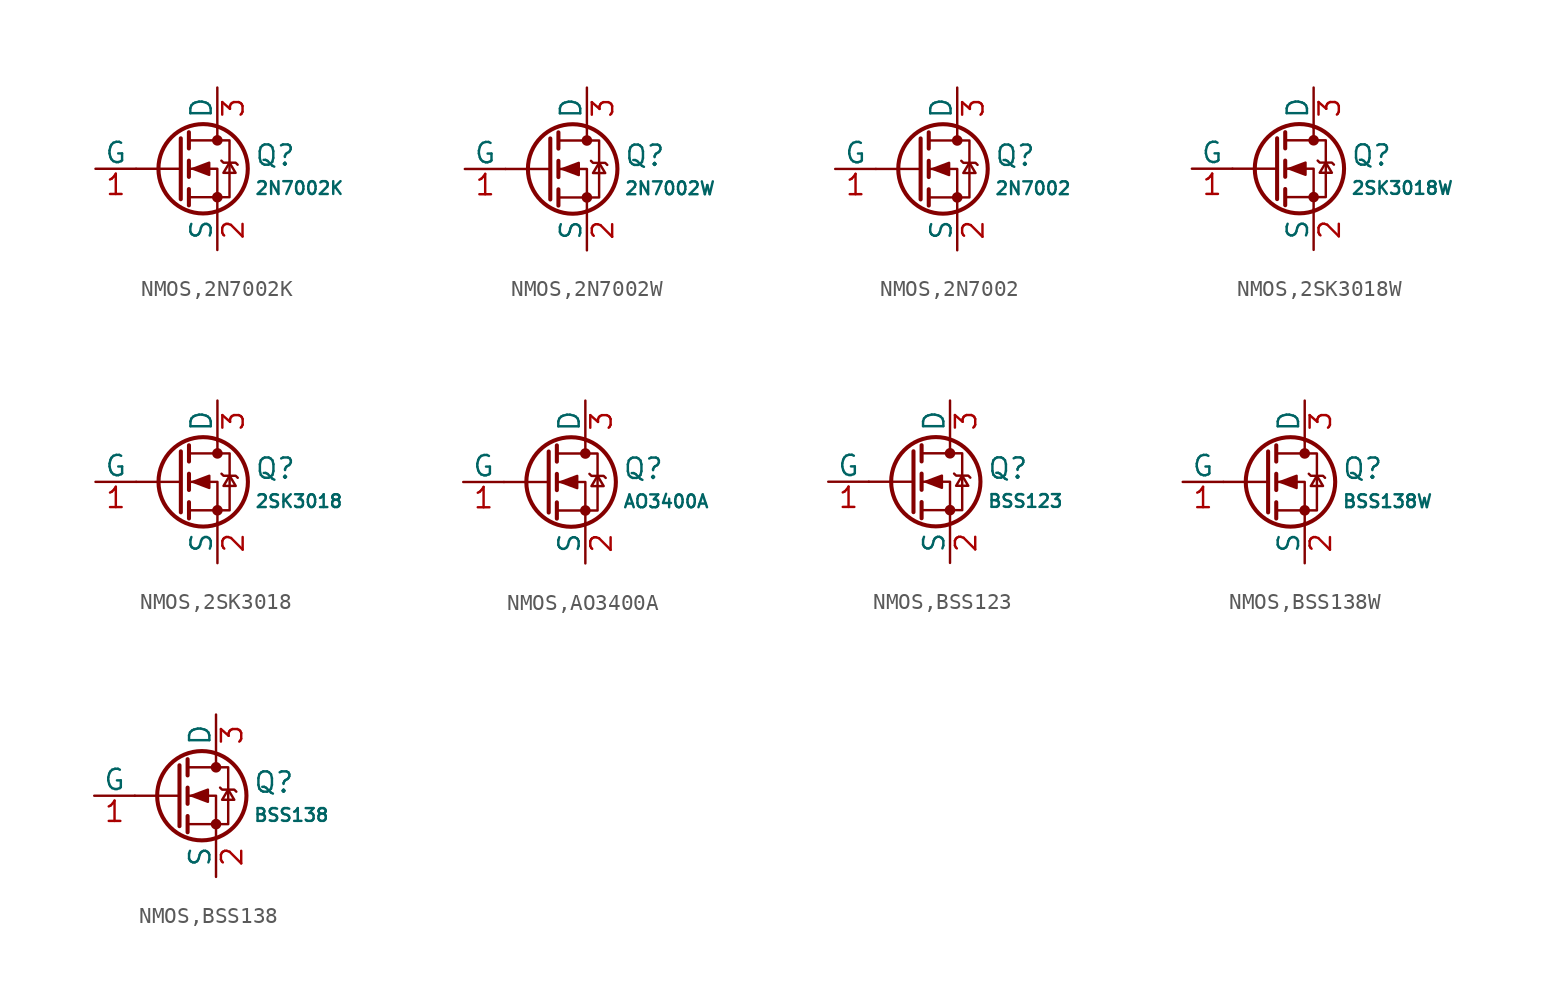
<source format=kicad_sym>
(kicad_symbol_lib
  (version 20231120)
  (generator "CDFER")
  (generator_version "8.0")
  (symbol "NMOS,2N7002K"
    (pin_names
      (offset 0))
    (property "Reference" "Q"
      (at 4.851 0.834 0)
      (effects (font (size 1.27 1.27)) (justify left)))
    (property "Value" "2N7002K"
      (at 4.851 -1.212 0)
      (effects (font (size 0.8 0.8)) (justify left)))
    (symbol "NMOS,2N7002K_0_1"
      (polyline (pts (xy 0.254 0) (xy -2.54 0)) (stroke (width 0) (type default)) (fill (type none)))
      (polyline (pts (xy 0.254 1.905) (xy 0.254 -1.905)) (stroke (width 0.254) (type default)) (fill (type none)))
      (polyline (pts (xy 0.762 -1.27) (xy 0.762 -2.286)) (stroke (width 0.254) (type default)) (fill (type none)))
      (polyline (pts (xy 0.762 0.508) (xy 0.762 -0.508)) (stroke (width 0.254) (type default)) (fill (type none)))
      (polyline (pts (xy 0.762 2.286) (xy 0.762 1.27)) (stroke (width 0.254) (type default)) (fill (type none)))
      (polyline (pts (xy 2.54 2.54) (xy 2.54 1.778)) (stroke (width 0) (type default)) (fill (type none)))
      (polyline (pts (xy 2.54 -2.54) (xy 2.54 0) (xy 0.762 0)) (stroke (width 0) (type default)) (fill (type none)))
      (polyline (pts (xy 0.762 -1.778) (xy 3.302 -1.778) (xy 3.302 1.778) (xy 0.762 1.778)) (stroke (width 0) (type default)) (fill (type none)))
      (polyline (pts (xy 1.016 0) (xy 2.032 0.381) (xy 2.032 -0.381) (xy 1.016 0)) (stroke (width 0) (type default)) (fill (type outline)))
      (polyline (pts (xy 2.794 0.508) (xy 2.921 0.381) (xy 3.683 0.381) (xy 3.81 0.254)) (stroke (width 0) (type default)) (fill (type none)))
      (polyline (pts (xy 3.302 0.381) (xy 2.921 -0.254) (xy 3.683 -0.254) (xy 3.302 0.381)) (stroke (width 0) (type default)) (fill (type none)))
      (circle (center 1.651 0) (radius 2.794) (stroke (width 0.254) (type default)) (fill (type none)))
      (circle (center 2.54 -1.778) (radius 0.254) (stroke (width 0) (type default)) (fill (type outline)))
      (circle (center 2.54 1.778) (radius 0.254) (stroke (width 0) (type default)) (fill (type outline))))
    (symbol "NMOS,2N7002K_1_1"
      (pin passive line (at 2.54 5.08 270) (length 2.54) (name "D" (effects (font (size 1.27 1.27)))) (number "3" (effects (font (size 1.27 1.27)))))
      (pin input line (at -5.08 0 0) (length 2.54) (name "G" (effects (font (size 1.27 1.27)))) (number "1" (effects (font (size 1.27 1.27)))))
      (pin passive line (at 2.54 -5.08 90) (length 2.54) (name "S" (effects (font (size 1.27 1.27)))) (number "2" (effects (font (size 1.27 1.27)))))))
  (symbol "NMOS,2N7002W"
    (pin_names
      (offset 0))
    (property "Reference" "Q"
      (at 4.851 0.834 0)
      (effects (font (size 1.27 1.27)) (justify left)))
    (property "Value" "2N7002W"
      (at 4.851 -1.212 0)
      (effects (font (size 0.8 0.8)) (justify left)))
    (symbol "NMOS,2N7002W_0_1"
      (polyline (pts (xy 0.254 0) (xy -2.54 0)) (stroke (width 0) (type default)) (fill (type none)))
      (polyline (pts (xy 0.254 1.905) (xy 0.254 -1.905)) (stroke (width 0.254) (type default)) (fill (type none)))
      (polyline (pts (xy 0.762 -1.27) (xy 0.762 -2.286)) (stroke (width 0.254) (type default)) (fill (type none)))
      (polyline (pts (xy 0.762 0.508) (xy 0.762 -0.508)) (stroke (width 0.254) (type default)) (fill (type none)))
      (polyline (pts (xy 0.762 2.286) (xy 0.762 1.27)) (stroke (width 0.254) (type default)) (fill (type none)))
      (polyline (pts (xy 2.54 2.54) (xy 2.54 1.778)) (stroke (width 0) (type default)) (fill (type none)))
      (polyline (pts (xy 2.54 -2.54) (xy 2.54 0) (xy 0.762 0)) (stroke (width 0) (type default)) (fill (type none)))
      (polyline (pts (xy 0.762 -1.778) (xy 3.302 -1.778) (xy 3.302 1.778) (xy 0.762 1.778)) (stroke (width 0) (type default)) (fill (type none)))
      (polyline (pts (xy 1.016 0) (xy 2.032 0.381) (xy 2.032 -0.381) (xy 1.016 0)) (stroke (width 0) (type default)) (fill (type outline)))
      (polyline (pts (xy 2.794 0.508) (xy 2.921 0.381) (xy 3.683 0.381) (xy 3.81 0.254)) (stroke (width 0) (type default)) (fill (type none)))
      (polyline (pts (xy 3.302 0.381) (xy 2.921 -0.254) (xy 3.683 -0.254) (xy 3.302 0.381)) (stroke (width 0) (type default)) (fill (type none)))
      (circle (center 1.651 0) (radius 2.794) (stroke (width 0.254) (type default)) (fill (type none)))
      (circle (center 2.54 -1.778) (radius 0.254) (stroke (width 0) (type default)) (fill (type outline)))
      (circle (center 2.54 1.778) (radius 0.254) (stroke (width 0) (type default)) (fill (type outline))))
    (symbol "NMOS,2N7002W_1_1"
      (pin passive line (at 2.54 5.08 270) (length 2.54) (name "D" (effects (font (size 1.27 1.27)))) (number "3" (effects (font (size 1.27 1.27)))))
      (pin input line (at -5.08 0 0) (length 2.54) (name "G" (effects (font (size 1.27 1.27)))) (number "1" (effects (font (size 1.27 1.27)))))
      (pin passive line (at 2.54 -5.08 90) (length 2.54) (name "S" (effects (font (size 1.27 1.27)))) (number "2" (effects (font (size 1.27 1.27)))))))
  (symbol "NMOS,2N7002"
    (pin_names
      (offset 0))
    (property "Reference" "Q"
      (at 4.851 0.834 0)
      (effects (font (size 1.27 1.27)) (justify left)))
    (property "Value" "2N7002"
      (at 4.851 -1.212 0)
      (effects (font (size 0.8 0.8)) (justify left)))
    (symbol "NMOS,2N7002_0_1"
      (polyline (pts (xy 0.254 0) (xy -2.54 0)) (stroke (width 0) (type default)) (fill (type none)))
      (polyline (pts (xy 0.254 1.905) (xy 0.254 -1.905)) (stroke (width 0.254) (type default)) (fill (type none)))
      (polyline (pts (xy 0.762 -1.27) (xy 0.762 -2.286)) (stroke (width 0.254) (type default)) (fill (type none)))
      (polyline (pts (xy 0.762 0.508) (xy 0.762 -0.508)) (stroke (width 0.254) (type default)) (fill (type none)))
      (polyline (pts (xy 0.762 2.286) (xy 0.762 1.27)) (stroke (width 0.254) (type default)) (fill (type none)))
      (polyline (pts (xy 2.54 2.54) (xy 2.54 1.778)) (stroke (width 0) (type default)) (fill (type none)))
      (polyline (pts (xy 2.54 -2.54) (xy 2.54 0) (xy 0.762 0)) (stroke (width 0) (type default)) (fill (type none)))
      (polyline (pts (xy 0.762 -1.778) (xy 3.302 -1.778) (xy 3.302 1.778) (xy 0.762 1.778)) (stroke (width 0) (type default)) (fill (type none)))
      (polyline (pts (xy 1.016 0) (xy 2.032 0.381) (xy 2.032 -0.381) (xy 1.016 0)) (stroke (width 0) (type default)) (fill (type outline)))
      (polyline (pts (xy 2.794 0.508) (xy 2.921 0.381) (xy 3.683 0.381) (xy 3.81 0.254)) (stroke (width 0) (type default)) (fill (type none)))
      (polyline (pts (xy 3.302 0.381) (xy 2.921 -0.254) (xy 3.683 -0.254) (xy 3.302 0.381)) (stroke (width 0) (type default)) (fill (type none)))
      (circle (center 1.651 0) (radius 2.794) (stroke (width 0.254) (type default)) (fill (type none)))
      (circle (center 2.54 -1.778) (radius 0.254) (stroke (width 0) (type default)) (fill (type outline)))
      (circle (center 2.54 1.778) (radius 0.254) (stroke (width 0) (type default)) (fill (type outline))))
    (symbol "NMOS,2N7002_1_1"
      (pin passive line (at 2.54 5.08 270) (length 2.54) (name "D" (effects (font (size 1.27 1.27)))) (number "3" (effects (font (size 1.27 1.27)))))
      (pin input line (at -5.08 0 0) (length 2.54) (name "G" (effects (font (size 1.27 1.27)))) (number "1" (effects (font (size 1.27 1.27)))))
      (pin passive line (at 2.54 -5.08 90) (length 2.54) (name "S" (effects (font (size 1.27 1.27)))) (number "2" (effects (font (size 1.27 1.27)))))))
  (symbol "NMOS,2SK3018W"
    (pin_names
      (offset 0))
    (property "Reference" "Q"
      (at 4.851 0.834 0)
      (effects (font (size 1.27 1.27)) (justify left)))
    (property "Value" "2SK3018W"
      (at 4.851 -1.212 0)
      (effects (font (size 0.8 0.8)) (justify left)))
    (symbol "NMOS,2SK3018W_0_1"
      (polyline (pts (xy 0.254 0) (xy -2.54 0)) (stroke (width 0) (type default)) (fill (type none)))
      (polyline (pts (xy 0.254 1.905) (xy 0.254 -1.905)) (stroke (width 0.254) (type default)) (fill (type none)))
      (polyline (pts (xy 0.762 -1.27) (xy 0.762 -2.286)) (stroke (width 0.254) (type default)) (fill (type none)))
      (polyline (pts (xy 0.762 0.508) (xy 0.762 -0.508)) (stroke (width 0.254) (type default)) (fill (type none)))
      (polyline (pts (xy 0.762 2.286) (xy 0.762 1.27)) (stroke (width 0.254) (type default)) (fill (type none)))
      (polyline (pts (xy 2.54 2.54) (xy 2.54 1.778)) (stroke (width 0) (type default)) (fill (type none)))
      (polyline (pts (xy 2.54 -2.54) (xy 2.54 0) (xy 0.762 0)) (stroke (width 0) (type default)) (fill (type none)))
      (polyline (pts (xy 0.762 -1.778) (xy 3.302 -1.778) (xy 3.302 1.778) (xy 0.762 1.778)) (stroke (width 0) (type default)) (fill (type none)))
      (polyline (pts (xy 1.016 0) (xy 2.032 0.381) (xy 2.032 -0.381) (xy 1.016 0)) (stroke (width 0) (type default)) (fill (type outline)))
      (polyline (pts (xy 2.794 0.508) (xy 2.921 0.381) (xy 3.683 0.381) (xy 3.81 0.254)) (stroke (width 0) (type default)) (fill (type none)))
      (polyline (pts (xy 3.302 0.381) (xy 2.921 -0.254) (xy 3.683 -0.254) (xy 3.302 0.381)) (stroke (width 0) (type default)) (fill (type none)))
      (circle (center 1.651 0) (radius 2.794) (stroke (width 0.254) (type default)) (fill (type none)))
      (circle (center 2.54 -1.778) (radius 0.254) (stroke (width 0) (type default)) (fill (type outline)))
      (circle (center 2.54 1.778) (radius 0.254) (stroke (width 0) (type default)) (fill (type outline))))
    (symbol "NMOS,2SK3018W_1_1"
      (pin passive line (at 2.54 5.08 270) (length 2.54) (name "D" (effects (font (size 1.27 1.27)))) (number "3" (effects (font (size 1.27 1.27)))))
      (pin input line (at -5.08 0 0) (length 2.54) (name "G" (effects (font (size 1.27 1.27)))) (number "1" (effects (font (size 1.27 1.27)))))
      (pin passive line (at 2.54 -5.08 90) (length 2.54) (name "S" (effects (font (size 1.27 1.27)))) (number "2" (effects (font (size 1.27 1.27)))))))
  (symbol "NMOS,2SK3018"
    (pin_names
      (offset 0))
    (property "Reference" "Q"
      (at 4.851 0.834 0)
      (effects (font (size 1.27 1.27)) (justify left)))
    (property "Value" "2SK3018"
      (at 4.851 -1.212 0)
      (effects (font (size 0.8 0.8)) (justify left)))
    (symbol "NMOS,2SK3018_0_1"
      (polyline (pts (xy 0.254 0) (xy -2.54 0)) (stroke (width 0) (type default)) (fill (type none)))
      (polyline (pts (xy 0.254 1.905) (xy 0.254 -1.905)) (stroke (width 0.254) (type default)) (fill (type none)))
      (polyline (pts (xy 0.762 -1.27) (xy 0.762 -2.286)) (stroke (width 0.254) (type default)) (fill (type none)))
      (polyline (pts (xy 0.762 0.508) (xy 0.762 -0.508)) (stroke (width 0.254) (type default)) (fill (type none)))
      (polyline (pts (xy 0.762 2.286) (xy 0.762 1.27)) (stroke (width 0.254) (type default)) (fill (type none)))
      (polyline (pts (xy 2.54 2.54) (xy 2.54 1.778)) (stroke (width 0) (type default)) (fill (type none)))
      (polyline (pts (xy 2.54 -2.54) (xy 2.54 0) (xy 0.762 0)) (stroke (width 0) (type default)) (fill (type none)))
      (polyline (pts (xy 0.762 -1.778) (xy 3.302 -1.778) (xy 3.302 1.778) (xy 0.762 1.778)) (stroke (width 0) (type default)) (fill (type none)))
      (polyline (pts (xy 1.016 0) (xy 2.032 0.381) (xy 2.032 -0.381) (xy 1.016 0)) (stroke (width 0) (type default)) (fill (type outline)))
      (polyline (pts (xy 2.794 0.508) (xy 2.921 0.381) (xy 3.683 0.381) (xy 3.81 0.254)) (stroke (width 0) (type default)) (fill (type none)))
      (polyline (pts (xy 3.302 0.381) (xy 2.921 -0.254) (xy 3.683 -0.254) (xy 3.302 0.381)) (stroke (width 0) (type default)) (fill (type none)))
      (circle (center 1.651 0) (radius 2.794) (stroke (width 0.254) (type default)) (fill (type none)))
      (circle (center 2.54 -1.778) (radius 0.254) (stroke (width 0) (type default)) (fill (type outline)))
      (circle (center 2.54 1.778) (radius 0.254) (stroke (width 0) (type default)) (fill (type outline))))
    (symbol "NMOS,2SK3018_1_1"
      (pin passive line (at 2.54 5.08 270) (length 2.54) (name "D" (effects (font (size 1.27 1.27)))) (number "3" (effects (font (size 1.27 1.27)))))
      (pin input line (at -5.08 0 0) (length 2.54) (name "G" (effects (font (size 1.27 1.27)))) (number "1" (effects (font (size 1.27 1.27)))))
      (pin passive line (at 2.54 -5.08 90) (length 2.54) (name "S" (effects (font (size 1.27 1.27)))) (number "2" (effects (font (size 1.27 1.27)))))))
  (symbol "NMOS,AO3400A"
    (pin_names
      (offset 0))
    (property "Reference" "Q"
      (at 4.851 0.834 0)
      (effects (font (size 1.27 1.27)) (justify left)))
    (property "Value" "AO3400A"
      (at 4.851 -1.212 0)
      (effects (font (size 0.8 0.8)) (justify left)))
    (symbol "NMOS,AO3400A_0_1"
      (polyline (pts (xy 0.254 0) (xy -2.54 0)) (stroke (width 0) (type default)) (fill (type none)))
      (polyline (pts (xy 0.254 1.905) (xy 0.254 -1.905)) (stroke (width 0.254) (type default)) (fill (type none)))
      (polyline (pts (xy 0.762 -1.27) (xy 0.762 -2.286)) (stroke (width 0.254) (type default)) (fill (type none)))
      (polyline (pts (xy 0.762 0.508) (xy 0.762 -0.508)) (stroke (width 0.254) (type default)) (fill (type none)))
      (polyline (pts (xy 0.762 2.286) (xy 0.762 1.27)) (stroke (width 0.254) (type default)) (fill (type none)))
      (polyline (pts (xy 2.54 2.54) (xy 2.54 1.778)) (stroke (width 0) (type default)) (fill (type none)))
      (polyline (pts (xy 2.54 -2.54) (xy 2.54 0) (xy 0.762 0)) (stroke (width 0) (type default)) (fill (type none)))
      (polyline (pts (xy 0.762 -1.778) (xy 3.302 -1.778) (xy 3.302 1.778) (xy 0.762 1.778)) (stroke (width 0) (type default)) (fill (type none)))
      (polyline (pts (xy 1.016 0) (xy 2.032 0.381) (xy 2.032 -0.381) (xy 1.016 0)) (stroke (width 0) (type default)) (fill (type outline)))
      (polyline (pts (xy 2.794 0.508) (xy 2.921 0.381) (xy 3.683 0.381) (xy 3.81 0.254)) (stroke (width 0) (type default)) (fill (type none)))
      (polyline (pts (xy 3.302 0.381) (xy 2.921 -0.254) (xy 3.683 -0.254) (xy 3.302 0.381)) (stroke (width 0) (type default)) (fill (type none)))
      (circle (center 1.651 0) (radius 2.794) (stroke (width 0.254) (type default)) (fill (type none)))
      (circle (center 2.54 -1.778) (radius 0.254) (stroke (width 0) (type default)) (fill (type outline)))
      (circle (center 2.54 1.778) (radius 0.254) (stroke (width 0) (type default)) (fill (type outline))))
    (symbol "NMOS,AO3400A_1_1"
      (pin passive line (at 2.54 5.08 270) (length 2.54) (name "D" (effects (font (size 1.27 1.27)))) (number "3" (effects (font (size 1.27 1.27)))))
      (pin input line (at -5.08 0 0) (length 2.54) (name "G" (effects (font (size 1.27 1.27)))) (number "1" (effects (font (size 1.27 1.27)))))
      (pin passive line (at 2.54 -5.08 90) (length 2.54) (name "S" (effects (font (size 1.27 1.27)))) (number "2" (effects (font (size 1.27 1.27)))))))
  (symbol "NMOS,BSS123"
    (pin_names
      (offset 0))
    (property "Reference" "Q"
      (at 4.851 0.834 0)
      (effects (font (size 1.27 1.27)) (justify left)))
    (property "Value" "BSS123"
      (at 4.851 -1.212 0)
      (effects (font (size 0.8 0.8)) (justify left)))
    (symbol "NMOS,BSS123_0_1"
      (polyline (pts (xy 0.254 0) (xy -2.54 0)) (stroke (width 0) (type default)) (fill (type none)))
      (polyline (pts (xy 0.254 1.905) (xy 0.254 -1.905)) (stroke (width 0.254) (type default)) (fill (type none)))
      (polyline (pts (xy 0.762 -1.27) (xy 0.762 -2.286)) (stroke (width 0.254) (type default)) (fill (type none)))
      (polyline (pts (xy 0.762 0.508) (xy 0.762 -0.508)) (stroke (width 0.254) (type default)) (fill (type none)))
      (polyline (pts (xy 0.762 2.286) (xy 0.762 1.27)) (stroke (width 0.254) (type default)) (fill (type none)))
      (polyline (pts (xy 2.54 2.54) (xy 2.54 1.778)) (stroke (width 0) (type default)) (fill (type none)))
      (polyline (pts (xy 2.54 -2.54) (xy 2.54 0) (xy 0.762 0)) (stroke (width 0) (type default)) (fill (type none)))
      (polyline (pts (xy 0.762 -1.778) (xy 3.302 -1.778) (xy 3.302 1.778) (xy 0.762 1.778)) (stroke (width 0) (type default)) (fill (type none)))
      (polyline (pts (xy 1.016 0) (xy 2.032 0.381) (xy 2.032 -0.381) (xy 1.016 0)) (stroke (width 0) (type default)) (fill (type outline)))
      (polyline (pts (xy 2.794 0.508) (xy 2.921 0.381) (xy 3.683 0.381) (xy 3.81 0.254)) (stroke (width 0) (type default)) (fill (type none)))
      (polyline (pts (xy 3.302 0.381) (xy 2.921 -0.254) (xy 3.683 -0.254) (xy 3.302 0.381)) (stroke (width 0) (type default)) (fill (type none)))
      (circle (center 1.651 0) (radius 2.794) (stroke (width 0.254) (type default)) (fill (type none)))
      (circle (center 2.54 -1.778) (radius 0.254) (stroke (width 0) (type default)) (fill (type outline)))
      (circle (center 2.54 1.778) (radius 0.254) (stroke (width 0) (type default)) (fill (type outline))))
    (symbol "NMOS,BSS123_1_1"
      (pin passive line (at 2.54 5.08 270) (length 2.54) (name "D" (effects (font (size 1.27 1.27)))) (number "3" (effects (font (size 1.27 1.27)))))
      (pin input line (at -5.08 0 0) (length 2.54) (name "G" (effects (font (size 1.27 1.27)))) (number "1" (effects (font (size 1.27 1.27)))))
      (pin passive line (at 2.54 -5.08 90) (length 2.54) (name "S" (effects (font (size 1.27 1.27)))) (number "2" (effects (font (size 1.27 1.27)))))))
  (symbol "NMOS,BSS138W"
    (pin_names
      (offset 0))
    (property "Reference" "Q"
      (at 4.851 0.834 0)
      (effects (font (size 1.27 1.27)) (justify left)))
    (property "Value" "BSS138W"
      (at 4.851 -1.212 0)
      (effects (font (size 0.8 0.8)) (justify left)))
    (symbol "NMOS,BSS138W_0_1"
      (polyline (pts (xy 0.254 0) (xy -2.54 0)) (stroke (width 0) (type default)) (fill (type none)))
      (polyline (pts (xy 0.254 1.905) (xy 0.254 -1.905)) (stroke (width 0.254) (type default)) (fill (type none)))
      (polyline (pts (xy 0.762 -1.27) (xy 0.762 -2.286)) (stroke (width 0.254) (type default)) (fill (type none)))
      (polyline (pts (xy 0.762 0.508) (xy 0.762 -0.508)) (stroke (width 0.254) (type default)) (fill (type none)))
      (polyline (pts (xy 0.762 2.286) (xy 0.762 1.27)) (stroke (width 0.254) (type default)) (fill (type none)))
      (polyline (pts (xy 2.54 2.54) (xy 2.54 1.778)) (stroke (width 0) (type default)) (fill (type none)))
      (polyline (pts (xy 2.54 -2.54) (xy 2.54 0) (xy 0.762 0)) (stroke (width 0) (type default)) (fill (type none)))
      (polyline (pts (xy 0.762 -1.778) (xy 3.302 -1.778) (xy 3.302 1.778) (xy 0.762 1.778)) (stroke (width 0) (type default)) (fill (type none)))
      (polyline (pts (xy 1.016 0) (xy 2.032 0.381) (xy 2.032 -0.381) (xy 1.016 0)) (stroke (width 0) (type default)) (fill (type outline)))
      (polyline (pts (xy 2.794 0.508) (xy 2.921 0.381) (xy 3.683 0.381) (xy 3.81 0.254)) (stroke (width 0) (type default)) (fill (type none)))
      (polyline (pts (xy 3.302 0.381) (xy 2.921 -0.254) (xy 3.683 -0.254) (xy 3.302 0.381)) (stroke (width 0) (type default)) (fill (type none)))
      (circle (center 1.651 0) (radius 2.794) (stroke (width 0.254) (type default)) (fill (type none)))
      (circle (center 2.54 -1.778) (radius 0.254) (stroke (width 0) (type default)) (fill (type outline)))
      (circle (center 2.54 1.778) (radius 0.254) (stroke (width 0) (type default)) (fill (type outline))))
    (symbol "NMOS,BSS138W_1_1"
      (pin passive line (at 2.54 5.08 270) (length 2.54) (name "D" (effects (font (size 1.27 1.27)))) (number "3" (effects (font (size 1.27 1.27)))))
      (pin input line (at -5.08 0 0) (length 2.54) (name "G" (effects (font (size 1.27 1.27)))) (number "1" (effects (font (size 1.27 1.27)))))
      (pin passive line (at 2.54 -5.08 90) (length 2.54) (name "S" (effects (font (size 1.27 1.27)))) (number "2" (effects (font (size 1.27 1.27)))))))
  (symbol "NMOS,BSS138"
    (pin_names
      (offset 0))
    (property "Reference" "Q"
      (at 4.851 0.834 0)
      (effects (font (size 1.27 1.27)) (justify left)))
    (property "Value" "BSS138"
      (at 4.851 -1.212 0)
      (effects (font (size 0.8 0.8)) (justify left)))
    (symbol "NMOS,BSS138_0_1"
      (polyline (pts (xy 0.254 0) (xy -2.54 0)) (stroke (width 0) (type default)) (fill (type none)))
      (polyline (pts (xy 0.254 1.905) (xy 0.254 -1.905)) (stroke (width 0.254) (type default)) (fill (type none)))
      (polyline (pts (xy 0.762 -1.27) (xy 0.762 -2.286)) (stroke (width 0.254) (type default)) (fill (type none)))
      (polyline (pts (xy 0.762 0.508) (xy 0.762 -0.508)) (stroke (width 0.254) (type default)) (fill (type none)))
      (polyline (pts (xy 0.762 2.286) (xy 0.762 1.27)) (stroke (width 0.254) (type default)) (fill (type none)))
      (polyline (pts (xy 2.54 2.54) (xy 2.54 1.778)) (stroke (width 0) (type default)) (fill (type none)))
      (polyline (pts (xy 2.54 -2.54) (xy 2.54 0) (xy 0.762 0)) (stroke (width 0) (type default)) (fill (type none)))
      (polyline (pts (xy 0.762 -1.778) (xy 3.302 -1.778) (xy 3.302 1.778) (xy 0.762 1.778)) (stroke (width 0) (type default)) (fill (type none)))
      (polyline (pts (xy 1.016 0) (xy 2.032 0.381) (xy 2.032 -0.381) (xy 1.016 0)) (stroke (width 0) (type default)) (fill (type outline)))
      (polyline (pts (xy 2.794 0.508) (xy 2.921 0.381) (xy 3.683 0.381) (xy 3.81 0.254)) (stroke (width 0) (type default)) (fill (type none)))
      (polyline (pts (xy 3.302 0.381) (xy 2.921 -0.254) (xy 3.683 -0.254) (xy 3.302 0.381)) (stroke (width 0) (type default)) (fill (type none)))
      (circle (center 1.651 0) (radius 2.794) (stroke (width 0.254) (type default)) (fill (type none)))
      (circle (center 2.54 -1.778) (radius 0.254) (stroke (width 0) (type default)) (fill (type outline)))
      (circle (center 2.54 1.778) (radius 0.254) (stroke (width 0) (type default)) (fill (type outline))))
    (symbol "NMOS,BSS138_1_1"
      (pin passive line (at 2.54 5.08 270) (length 2.54) (name "D" (effects (font (size 1.27 1.27)))) (number "3" (effects (font (size 1.27 1.27)))))
      (pin input line (at -5.08 0 0) (length 2.54) (name "G" (effects (font (size 1.27 1.27)))) (number "1" (effects (font (size 1.27 1.27)))))
      (pin passive line (at 2.54 -5.08 90) (length 2.54) (name "S" (effects (font (size 1.27 1.27)))) (number "2" (effects (font (size 1.27 1.27))))))))
</source>
